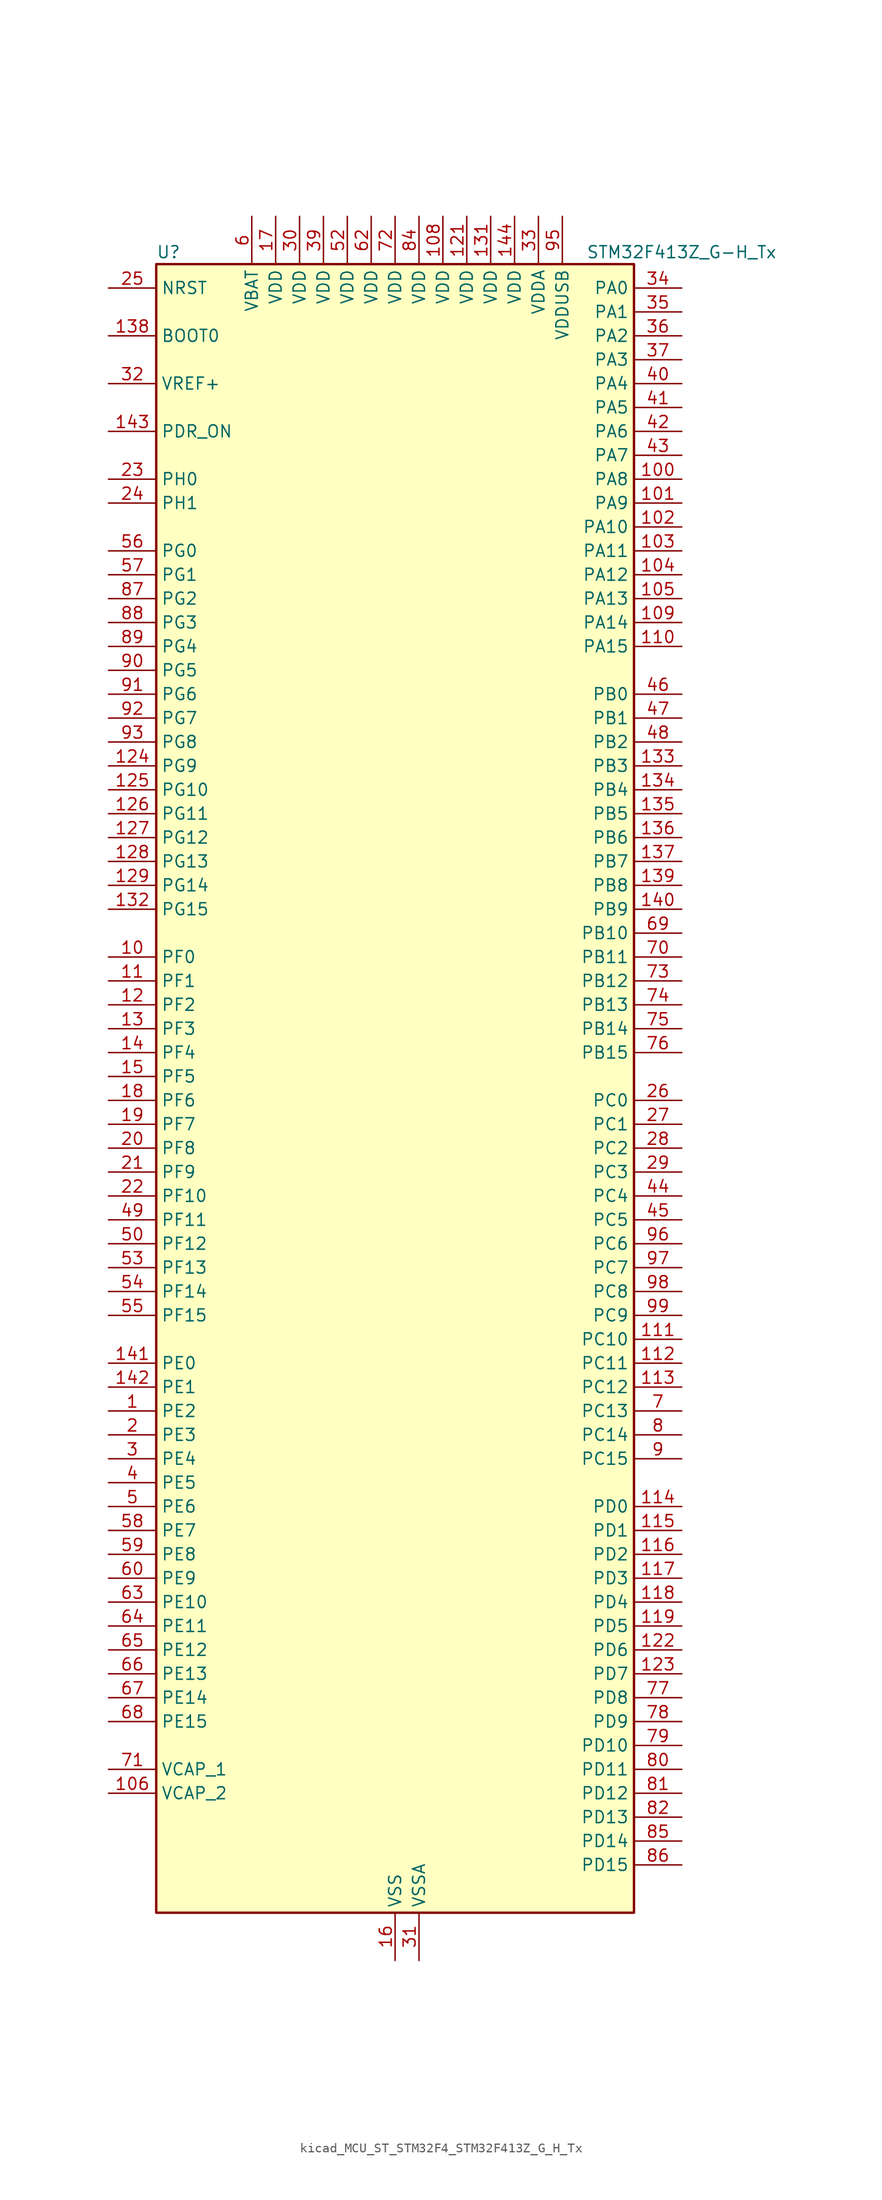
<source format=kicad_sym>
(kicad_symbol_lib
  (version 20220914)
  (generator kicad_symbol_editor)
  (symbol "kicad_MCU_ST_STM32F4_STM32F413Z_G_H_Tx"
    (property "Reference" "U"
      (at -25.4 90.17 0)
      (effects (font (size 1.27 1.27)) (justify left)))
    (property "Value" "STM32F413Z_G-H_Tx"
      (at 20.32 90.17 0)
      (effects (font (size 1.27 1.27)) (justify left)))
    (property "ki_locked" ""
      (at 0 0 0)
      (effects (font (size 1.27 1.27))))
    (symbol "kicad_MCU_ST_STM32F4_STM32F413Z_G_H_Tx_0_1"
      (rectangle (start -25.4 -86.36) (end 25.4 88.9) (stroke (width 0.254) (type default)) (fill (type background))))
    (symbol "kicad_MCU_ST_STM32F4_STM32F413Z_G_H_Tx_1_1"
      (pin bidirectional line (at -30.48 -33.02 0) (length 5.08) (name "PE2" (effects (font (size 1.27 1.27)))) (number "1" (effects (font (size 1.27 1.27)))) (alternate "FSMC_A23" bidirectional line) (alternate "I2S4_CK" bidirectional line) (alternate "I2S5_CK" bidirectional line) (alternate "QUADSPI_BK1_IO2" bidirectional line) (alternate "SAI1_MCLK_A" bidirectional line) (alternate "SPI4_SCK" bidirectional line) (alternate "SPI5_SCK" bidirectional line) (alternate "SYS_TRACECLK" bidirectional line) (alternate "UART10_RX" bidirectional line))
      (pin bidirectional line (at -30.48 15.24 0) (length 5.08) (name "PF0" (effects (font (size 1.27 1.27)))) (number "10" (effects (font (size 1.27 1.27)))) (alternate "FSMC_A0" bidirectional line) (alternate "I2C2_SDA" bidirectional line))
      (pin bidirectional line (at 30.48 66.04 180) (length 5.08) (name "PA8" (effects (font (size 1.27 1.27)))) (number "100" (effects (font (size 1.27 1.27)))) (alternate "CAN3_RX" bidirectional line) (alternate "DFSDM1_CKOUT" bidirectional line) (alternate "I2C3_SCL" bidirectional line) (alternate "RCC_MCO_1" bidirectional line) (alternate "SDIO_D1" bidirectional line) (alternate "TIM1_CH1" bidirectional line) (alternate "UART7_RX" bidirectional line) (alternate "USART1_CK" bidirectional line) (alternate "USB_OTG_FS_SOF" bidirectional line))
      (pin bidirectional line (at 30.48 63.5 180) (length 5.08) (name "PA9" (effects (font (size 1.27 1.27)))) (number "101" (effects (font (size 1.27 1.27)))) (alternate "DAC_EXTI9" bidirectional line) (alternate "DFSDM2_CKIN3" bidirectional line) (alternate "I2C3_SMBA" bidirectional line) (alternate "I2S2_CK" bidirectional line) (alternate "SDIO_D2" bidirectional line) (alternate "SPI2_SCK" bidirectional line) (alternate "TIM1_CH2" bidirectional line) (alternate "USART1_TX" bidirectional line) (alternate "USB_OTG_FS_VBUS" bidirectional line))
      (pin bidirectional line (at 30.48 60.96 180) (length 5.08) (name "PA10" (effects (font (size 1.27 1.27)))) (number "102" (effects (font (size 1.27 1.27)))) (alternate "DFSDM2_DATIN3" bidirectional line) (alternate "I2S2_SD" bidirectional line) (alternate "I2S5_SD" bidirectional line) (alternate "SPI2_MOSI" bidirectional line) (alternate "SPI5_MOSI" bidirectional line) (alternate "TIM1_CH3" bidirectional line) (alternate "USART1_RX" bidirectional line) (alternate "USB_OTG_FS_ID" bidirectional line))
      (pin bidirectional line (at 30.48 58.42 180) (length 5.08) (name "PA11" (effects (font (size 1.27 1.27)))) (number "103" (effects (font (size 1.27 1.27)))) (alternate "ADC1_EXTI11" bidirectional line) (alternate "CAN1_RX" bidirectional line) (alternate "DFSDM2_CKIN5" bidirectional line) (alternate "I2S2_WS" bidirectional line) (alternate "SPI2_NSS" bidirectional line) (alternate "SPI4_MISO" bidirectional line) (alternate "TIM1_CH4" bidirectional line) (alternate "UART4_RX" bidirectional line) (alternate "USART1_CTS" bidirectional line) (alternate "USART6_TX" bidirectional line) (alternate "USB_OTG_FS_DM" bidirectional line))
      (pin bidirectional line (at 30.48 55.88 180) (length 5.08) (name "PA12" (effects (font (size 1.27 1.27)))) (number "104" (effects (font (size 1.27 1.27)))) (alternate "CAN1_TX" bidirectional line) (alternate "DFSDM2_DATIN5" bidirectional line) (alternate "SPI2_MISO" bidirectional line) (alternate "SPI5_MISO" bidirectional line) (alternate "TIM1_ETR" bidirectional line) (alternate "UART4_TX" bidirectional line) (alternate "USART1_RTS" bidirectional line) (alternate "USART6_RX" bidirectional line) (alternate "USB_OTG_FS_DP" bidirectional line))
      (pin bidirectional line (at 30.48 53.34 180) (length 5.08) (name "PA13" (effects (font (size 1.27 1.27)))) (number "105" (effects (font (size 1.27 1.27)))) (alternate "SYS_JTMS-SWDIO" bidirectional line))
      (pin power_out line (at -30.48 -73.66 0) (length 5.08) (name "VCAP_2" (effects (font (size 1.27 1.27)))) (number "106" (effects (font (size 1.27 1.27)))))
      (pin passive line (at 0 -91.44 90) (length 5.08) hide (name "VSS" (effects (font (size 1.27 1.27)))) (number "107" (effects (font (size 1.27 1.27)))))
      (pin power_in line (at 5.08 93.98 270) (length 5.08) (name "VDD" (effects (font (size 1.27 1.27)))) (number "108" (effects (font (size 1.27 1.27)))))
      (pin bidirectional line (at 30.48 50.8 180) (length 5.08) (name "PA14" (effects (font (size 1.27 1.27)))) (number "109" (effects (font (size 1.27 1.27)))) (alternate "SYS_JTCK-SWCLK" bidirectional line))
      (pin bidirectional line (at -30.48 12.7 0) (length 5.08) (name "PF1" (effects (font (size 1.27 1.27)))) (number "11" (effects (font (size 1.27 1.27)))) (alternate "FSMC_A1" bidirectional line) (alternate "I2C2_SCL" bidirectional line))
      (pin bidirectional line (at 30.48 48.26 180) (length 5.08) (name "PA15" (effects (font (size 1.27 1.27)))) (number "110" (effects (font (size 1.27 1.27)))) (alternate "ADC1_EXTI15" bidirectional line) (alternate "CAN3_TX" bidirectional line) (alternate "I2S1_WS" bidirectional line) (alternate "I2S3_WS" bidirectional line) (alternate "SAI1_MCLK_A" bidirectional line) (alternate "SPI1_NSS" bidirectional line) (alternate "SPI3_NSS" bidirectional line) (alternate "SYS_JTDI" bidirectional line) (alternate "TIM2_CH1" bidirectional line) (alternate "TIM2_ETR" bidirectional line) (alternate "UART7_TX" bidirectional line) (alternate "USART1_TX" bidirectional line))
      (pin bidirectional line (at 30.48 -25.4 180) (length 5.08) (name "PC10" (effects (font (size 1.27 1.27)))) (number "111" (effects (font (size 1.27 1.27)))) (alternate "DFSDM2_CKIN5" bidirectional line) (alternate "I2S3_CK" bidirectional line) (alternate "QUADSPI_BK1_IO1" bidirectional line) (alternate "SDIO_D2" bidirectional line) (alternate "SPI3_SCK" bidirectional line) (alternate "USART3_TX" bidirectional line))
      (pin bidirectional line (at 30.48 -27.94 180) (length 5.08) (name "PC11" (effects (font (size 1.27 1.27)))) (number "112" (effects (font (size 1.27 1.27)))) (alternate "ADC1_EXTI11" bidirectional line) (alternate "DFSDM2_DATIN5" bidirectional line) (alternate "FSMC_D2" bidirectional line) (alternate "FSMC_DA2" bidirectional line) (alternate "I2S3_ext_SD" bidirectional line) (alternate "QUADSPI_BK2_NCS" bidirectional line) (alternate "SDIO_D3" bidirectional line) (alternate "SPI3_MISO" bidirectional line) (alternate "UART4_RX" bidirectional line) (alternate "USART3_RX" bidirectional line))
      (pin bidirectional line (at 30.48 -30.48 180) (length 5.08) (name "PC12" (effects (font (size 1.27 1.27)))) (number "113" (effects (font (size 1.27 1.27)))) (alternate "FSMC_D3" bidirectional line) (alternate "FSMC_DA3" bidirectional line) (alternate "I2S3_SD" bidirectional line) (alternate "SDIO_CK" bidirectional line) (alternate "SPI3_MOSI" bidirectional line) (alternate "UART5_TX" bidirectional line) (alternate "USART3_CK" bidirectional line))
      (pin bidirectional line (at 30.48 -43.18 180) (length 5.08) (name "PD0" (effects (font (size 1.27 1.27)))) (number "114" (effects (font (size 1.27 1.27)))) (alternate "CAN1_RX" bidirectional line) (alternate "DFSDM2_CKIN6" bidirectional line) (alternate "FSMC_D2" bidirectional line) (alternate "FSMC_DA2" bidirectional line) (alternate "UART4_RX" bidirectional line))
      (pin bidirectional line (at 30.48 -45.72 180) (length 5.08) (name "PD1" (effects (font (size 1.27 1.27)))) (number "115" (effects (font (size 1.27 1.27)))) (alternate "CAN1_TX" bidirectional line) (alternate "DFSDM2_DATIN6" bidirectional line) (alternate "FSMC_D3" bidirectional line) (alternate "FSMC_DA3" bidirectional line) (alternate "UART4_TX" bidirectional line))
      (pin bidirectional line (at 30.48 -48.26 180) (length 5.08) (name "PD2" (effects (font (size 1.27 1.27)))) (number "116" (effects (font (size 1.27 1.27)))) (alternate "DFSDM2_CKOUT" bidirectional line) (alternate "FSMC_NWE" bidirectional line) (alternate "SDIO_CMD" bidirectional line) (alternate "TIM3_ETR" bidirectional line) (alternate "UART5_RX" bidirectional line))
      (pin bidirectional line (at 30.48 -50.8 180) (length 5.08) (name "PD3" (effects (font (size 1.27 1.27)))) (number "117" (effects (font (size 1.27 1.27)))) (alternate "DFSDM1_DATIN0" bidirectional line) (alternate "FSMC_CLK" bidirectional line) (alternate "I2S2_CK" bidirectional line) (alternate "QUADSPI_CLK" bidirectional line) (alternate "SPI2_SCK" bidirectional line) (alternate "SYS_TRACED1" bidirectional line) (alternate "USART2_CTS" bidirectional line))
      (pin bidirectional line (at 30.48 -53.34 180) (length 5.08) (name "PD4" (effects (font (size 1.27 1.27)))) (number "118" (effects (font (size 1.27 1.27)))) (alternate "DFSDM1_CKIN0" bidirectional line) (alternate "FSMC_NOE" bidirectional line) (alternate "USART2_RTS" bidirectional line))
      (pin bidirectional line (at 30.48 -55.88 180) (length 5.08) (name "PD5" (effects (font (size 1.27 1.27)))) (number "119" (effects (font (size 1.27 1.27)))) (alternate "DFSDM2_CKOUT" bidirectional line) (alternate "FSMC_NWE" bidirectional line) (alternate "USART2_TX" bidirectional line))
      (pin bidirectional line (at -30.48 10.16 0) (length 5.08) (name "PF2" (effects (font (size 1.27 1.27)))) (number "12" (effects (font (size 1.27 1.27)))) (alternate "FSMC_A2" bidirectional line) (alternate "I2C2_SMBA" bidirectional line))
      (pin passive line (at 0 -91.44 90) (length 5.08) hide (name "VSS" (effects (font (size 1.27 1.27)))) (number "120" (effects (font (size 1.27 1.27)))))
      (pin power_in line (at 7.62 93.98 270) (length 5.08) (name "VDD" (effects (font (size 1.27 1.27)))) (number "121" (effects (font (size 1.27 1.27)))))
      (pin bidirectional line (at 30.48 -58.42 180) (length 5.08) (name "PD6" (effects (font (size 1.27 1.27)))) (number "122" (effects (font (size 1.27 1.27)))) (alternate "DFSDM1_DATIN1" bidirectional line) (alternate "FSMC_NWAIT" bidirectional line) (alternate "I2S3_SD" bidirectional line) (alternate "SPI3_MOSI" bidirectional line) (alternate "USART2_RX" bidirectional line))
      (pin bidirectional line (at 30.48 -60.96 180) (length 5.08) (name "PD7" (effects (font (size 1.27 1.27)))) (number "123" (effects (font (size 1.27 1.27)))) (alternate "DFSDM1_CKIN1" bidirectional line) (alternate "FSMC_NE1" bidirectional line) (alternate "USART2_CK" bidirectional line))
      (pin bidirectional line (at -30.48 35.56 0) (length 5.08) (name "PG9" (effects (font (size 1.27 1.27)))) (number "124" (effects (font (size 1.27 1.27)))) (alternate "DAC_EXTI9" bidirectional line) (alternate "FSMC_NE2" bidirectional line) (alternate "QUADSPI_BK2_IO2" bidirectional line) (alternate "USART6_RX" bidirectional line))
      (pin bidirectional line (at -30.48 33.02 0) (length 5.08) (name "PG10" (effects (font (size 1.27 1.27)))) (number "125" (effects (font (size 1.27 1.27)))) (alternate "FSMC_NE3" bidirectional line))
      (pin bidirectional line (at -30.48 30.48 0) (length 5.08) (name "PG11" (effects (font (size 1.27 1.27)))) (number "126" (effects (font (size 1.27 1.27)))) (alternate "ADC1_EXTI11" bidirectional line) (alternate "CAN2_RX" bidirectional line) (alternate "UART10_RX" bidirectional line))
      (pin bidirectional line (at -30.48 27.94 0) (length 5.08) (name "PG12" (effects (font (size 1.27 1.27)))) (number "127" (effects (font (size 1.27 1.27)))) (alternate "CAN2_TX" bidirectional line) (alternate "FSMC_NE4" bidirectional line) (alternate "UART10_TX" bidirectional line) (alternate "USART6_RTS" bidirectional line))
      (pin bidirectional line (at -30.48 25.4 0) (length 5.08) (name "PG13" (effects (font (size 1.27 1.27)))) (number "128" (effects (font (size 1.27 1.27)))) (alternate "FSMC_A24" bidirectional line) (alternate "SYS_TRACED2" bidirectional line) (alternate "USART6_CTS" bidirectional line))
      (pin bidirectional line (at -30.48 22.86 0) (length 5.08) (name "PG14" (effects (font (size 1.27 1.27)))) (number "129" (effects (font (size 1.27 1.27)))) (alternate "FSMC_A25" bidirectional line) (alternate "QUADSPI_BK2_IO3" bidirectional line) (alternate "SYS_TRACED3" bidirectional line) (alternate "USART6_TX" bidirectional line))
      (pin bidirectional line (at -30.48 7.62 0) (length 5.08) (name "PF3" (effects (font (size 1.27 1.27)))) (number "13" (effects (font (size 1.27 1.27)))) (alternate "FSMC_A3" bidirectional line) (alternate "TIM5_CH1" bidirectional line))
      (pin passive line (at 0 -91.44 90) (length 5.08) hide (name "VSS" (effects (font (size 1.27 1.27)))) (number "130" (effects (font (size 1.27 1.27)))))
      (pin power_in line (at 10.16 93.98 270) (length 5.08) (name "VDD" (effects (font (size 1.27 1.27)))) (number "131" (effects (font (size 1.27 1.27)))))
      (pin bidirectional line (at -30.48 20.32 0) (length 5.08) (name "PG15" (effects (font (size 1.27 1.27)))) (number "132" (effects (font (size 1.27 1.27)))) (alternate "ADC1_EXTI15" bidirectional line) (alternate "USART6_CTS" bidirectional line))
      (pin bidirectional line (at 30.48 35.56 180) (length 5.08) (name "PB3" (effects (font (size 1.27 1.27)))) (number "133" (effects (font (size 1.27 1.27)))) (alternate "CAN3_RX" bidirectional line) (alternate "FMPI2C1_SDA" bidirectional line) (alternate "I2C2_SDA" bidirectional line) (alternate "I2S1_CK" bidirectional line) (alternate "I2S3_CK" bidirectional line) (alternate "SAI1_SD_A" bidirectional line) (alternate "SPI1_SCK" bidirectional line) (alternate "SPI3_SCK" bidirectional line) (alternate "SYS_JTDO-SWO" bidirectional line) (alternate "TIM2_CH2" bidirectional line) (alternate "UART7_RX" bidirectional line) (alternate "USART1_RX" bidirectional line))
      (pin bidirectional line (at 30.48 33.02 180) (length 5.08) (name "PB4" (effects (font (size 1.27 1.27)))) (number "134" (effects (font (size 1.27 1.27)))) (alternate "CAN3_TX" bidirectional line) (alternate "I2C3_SDA" bidirectional line) (alternate "I2S3_ext_SD" bidirectional line) (alternate "SAI1_SCK_A" bidirectional line) (alternate "SDIO_D0" bidirectional line) (alternate "SPI1_MISO" bidirectional line) (alternate "SPI3_MISO" bidirectional line) (alternate "SYS_JTRST" bidirectional line) (alternate "TIM3_CH1" bidirectional line) (alternate "UART7_TX" bidirectional line))
      (pin bidirectional line (at 30.48 30.48 180) (length 5.08) (name "PB5" (effects (font (size 1.27 1.27)))) (number "135" (effects (font (size 1.27 1.27)))) (alternate "CAN2_RX" bidirectional line) (alternate "I2C1_SMBA" bidirectional line) (alternate "I2S1_SD" bidirectional line) (alternate "I2S3_SD" bidirectional line) (alternate "LPTIM1_IN1" bidirectional line) (alternate "SAI1_FS_A" bidirectional line) (alternate "SDIO_D3" bidirectional line) (alternate "SPI1_MOSI" bidirectional line) (alternate "SPI3_MOSI" bidirectional line) (alternate "TIM3_CH2" bidirectional line) (alternate "UART5_RX" bidirectional line))
      (pin bidirectional line (at 30.48 27.94 180) (length 5.08) (name "PB6" (effects (font (size 1.27 1.27)))) (number "136" (effects (font (size 1.27 1.27)))) (alternate "CAN2_TX" bidirectional line) (alternate "DFSDM2_CKIN7" bidirectional line) (alternate "I2C1_SCL" bidirectional line) (alternate "LPTIM1_ETR" bidirectional line) (alternate "QUADSPI_BK1_NCS" bidirectional line) (alternate "SDIO_D0" bidirectional line) (alternate "TIM4_CH1" bidirectional line) (alternate "UART5_TX" bidirectional line) (alternate "USART1_TX" bidirectional line))
      (pin bidirectional line (at 30.48 25.4 180) (length 5.08) (name "PB7" (effects (font (size 1.27 1.27)))) (number "137" (effects (font (size 1.27 1.27)))) (alternate "DFSDM2_DATIN7" bidirectional line) (alternate "FSMC_NL" bidirectional line) (alternate "I2C1_SDA" bidirectional line) (alternate "LPTIM1_IN2" bidirectional line) (alternate "TIM4_CH2" bidirectional line) (alternate "USART1_RX" bidirectional line))
      (pin input line (at -30.48 81.28 0) (length 5.08) (name "BOOT0" (effects (font (size 1.27 1.27)))) (number "138" (effects (font (size 1.27 1.27)))))
      (pin bidirectional line (at 30.48 22.86 180) (length 5.08) (name "PB8" (effects (font (size 1.27 1.27)))) (number "139" (effects (font (size 1.27 1.27)))) (alternate "CAN1_RX" bidirectional line) (alternate "DFSDM2_CKIN1" bidirectional line) (alternate "I2C1_SCL" bidirectional line) (alternate "I2C3_SDA" bidirectional line) (alternate "I2S5_SD" bidirectional line) (alternate "LPTIM1_OUT" bidirectional line) (alternate "SDIO_D4" bidirectional line) (alternate "SPI5_MOSI" bidirectional line) (alternate "TIM10_CH1" bidirectional line) (alternate "TIM4_CH3" bidirectional line) (alternate "UART5_RX" bidirectional line))
      (pin bidirectional line (at -30.48 5.08 0) (length 5.08) (name "PF4" (effects (font (size 1.27 1.27)))) (number "14" (effects (font (size 1.27 1.27)))) (alternate "FSMC_A4" bidirectional line) (alternate "TIM5_CH2" bidirectional line))
      (pin bidirectional line (at 30.48 20.32 180) (length 5.08) (name "PB9" (effects (font (size 1.27 1.27)))) (number "140" (effects (font (size 1.27 1.27)))) (alternate "CAN1_TX" bidirectional line) (alternate "DAC_EXTI9" bidirectional line) (alternate "DFSDM2_DATIN1" bidirectional line) (alternate "I2C1_SDA" bidirectional line) (alternate "I2C2_SDA" bidirectional line) (alternate "I2S2_WS" bidirectional line) (alternate "SDIO_D5" bidirectional line) (alternate "SPI2_NSS" bidirectional line) (alternate "TIM11_CH1" bidirectional line) (alternate "TIM4_CH4" bidirectional line) (alternate "UART5_TX" bidirectional line))
      (pin bidirectional line (at -30.48 -27.94 0) (length 5.08) (name "PE0" (effects (font (size 1.27 1.27)))) (number "141" (effects (font (size 1.27 1.27)))) (alternate "DFSDM2_CKIN4" bidirectional line) (alternate "FSMC_NBL0" bidirectional line) (alternate "TIM4_ETR" bidirectional line) (alternate "UART8_RX" bidirectional line))
      (pin bidirectional line (at -30.48 -30.48 0) (length 5.08) (name "PE1" (effects (font (size 1.27 1.27)))) (number "142" (effects (font (size 1.27 1.27)))) (alternate "DFSDM2_DATIN4" bidirectional line) (alternate "FSMC_NBL1" bidirectional line) (alternate "UART8_TX" bidirectional line))
      (pin input line (at -30.48 71.12 0) (length 5.08) (name "PDR_ON" (effects (font (size 1.27 1.27)))) (number "143" (effects (font (size 1.27 1.27)))))
      (pin power_in line (at 12.7 93.98 270) (length 5.08) (name "VDD" (effects (font (size 1.27 1.27)))) (number "144" (effects (font (size 1.27 1.27)))))
      (pin bidirectional line (at -30.48 2.54 0) (length 5.08) (name "PF5" (effects (font (size 1.27 1.27)))) (number "15" (effects (font (size 1.27 1.27)))) (alternate "FSMC_A5" bidirectional line) (alternate "TIM5_CH3" bidirectional line))
      (pin power_in line (at 0 -91.44 90) (length 5.08) (name "VSS" (effects (font (size 1.27 1.27)))) (number "16" (effects (font (size 1.27 1.27)))))
      (pin power_in line (at -12.7 93.98 270) (length 5.08) (name "VDD" (effects (font (size 1.27 1.27)))) (number "17" (effects (font (size 1.27 1.27)))))
      (pin bidirectional line (at -30.48 0 0) (length 5.08) (name "PF6" (effects (font (size 1.27 1.27)))) (number "18" (effects (font (size 1.27 1.27)))) (alternate "QUADSPI_BK1_IO3" bidirectional line) (alternate "SAI1_SD_B" bidirectional line) (alternate "SYS_TRACED0" bidirectional line) (alternate "TIM10_CH1" bidirectional line) (alternate "UART7_RX" bidirectional line))
      (pin bidirectional line (at -30.48 -2.54 0) (length 5.08) (name "PF7" (effects (font (size 1.27 1.27)))) (number "19" (effects (font (size 1.27 1.27)))) (alternate "QUADSPI_BK1_IO2" bidirectional line) (alternate "SAI1_MCLK_B" bidirectional line) (alternate "SYS_TRACED1" bidirectional line) (alternate "TIM11_CH1" bidirectional line) (alternate "UART7_TX" bidirectional line))
      (pin bidirectional line (at -30.48 -35.56 0) (length 5.08) (name "PE3" (effects (font (size 1.27 1.27)))) (number "2" (effects (font (size 1.27 1.27)))) (alternate "FSMC_A19" bidirectional line) (alternate "SAI1_SD_B" bidirectional line) (alternate "SYS_TRACED0" bidirectional line) (alternate "UART10_TX" bidirectional line))
      (pin bidirectional line (at -30.48 -5.08 0) (length 5.08) (name "PF8" (effects (font (size 1.27 1.27)))) (number "20" (effects (font (size 1.27 1.27)))) (alternate "QUADSPI_BK1_IO0" bidirectional line) (alternate "SAI1_SCK_B" bidirectional line) (alternate "TIM13_CH1" bidirectional line) (alternate "UART8_RX" bidirectional line))
      (pin bidirectional line (at -30.48 -7.62 0) (length 5.08) (name "PF9" (effects (font (size 1.27 1.27)))) (number "21" (effects (font (size 1.27 1.27)))) (alternate "DAC_EXTI9" bidirectional line) (alternate "QUADSPI_BK1_IO1" bidirectional line) (alternate "SAI1_FS_B" bidirectional line) (alternate "TIM14_CH1" bidirectional line) (alternate "UART8_TX" bidirectional line))
      (pin bidirectional line (at -30.48 -10.16 0) (length 5.08) (name "PF10" (effects (font (size 1.27 1.27)))) (number "22" (effects (font (size 1.27 1.27)))) (alternate "TIM1_ETR" bidirectional line) (alternate "TIM5_CH4" bidirectional line))
      (pin bidirectional line (at -30.48 66.04 0) (length 5.08) (name "PH0" (effects (font (size 1.27 1.27)))) (number "23" (effects (font (size 1.27 1.27)))) (alternate "RCC_OSC_IN" bidirectional line))
      (pin bidirectional line (at -30.48 63.5 0) (length 5.08) (name "PH1" (effects (font (size 1.27 1.27)))) (number "24" (effects (font (size 1.27 1.27)))) (alternate "RCC_OSC_OUT" bidirectional line))
      (pin input line (at -30.48 86.36 0) (length 5.08) (name "NRST" (effects (font (size 1.27 1.27)))) (number "25" (effects (font (size 1.27 1.27)))))
      (pin bidirectional line (at 30.48 0 180) (length 5.08) (name "PC0" (effects (font (size 1.27 1.27)))) (number "26" (effects (font (size 1.27 1.27)))) (alternate "ADC1_IN10" bidirectional line) (alternate "DFSDM2_CKIN4" bidirectional line) (alternate "LPTIM1_IN1" bidirectional line) (alternate "SAI1_MCLK_B" bidirectional line) (alternate "SYS_WKUP2" bidirectional line))
      (pin bidirectional line (at 30.48 -2.54 180) (length 5.08) (name "PC1" (effects (font (size 1.27 1.27)))) (number "27" (effects (font (size 1.27 1.27)))) (alternate "ADC1_IN11" bidirectional line) (alternate "DFSDM2_DATIN4" bidirectional line) (alternate "LPTIM1_OUT" bidirectional line) (alternate "SAI1_SD_B" bidirectional line) (alternate "SYS_WKUP3" bidirectional line))
      (pin bidirectional line (at 30.48 -5.08 180) (length 5.08) (name "PC2" (effects (font (size 1.27 1.27)))) (number "28" (effects (font (size 1.27 1.27)))) (alternate "ADC1_IN12" bidirectional line) (alternate "DFSDM1_CKOUT" bidirectional line) (alternate "DFSDM2_DATIN7" bidirectional line) (alternate "FSMC_NWE" bidirectional line) (alternate "I2S2_ext_SD" bidirectional line) (alternate "LPTIM1_IN2" bidirectional line) (alternate "SAI1_SCK_B" bidirectional line) (alternate "SPI2_MISO" bidirectional line))
      (pin bidirectional line (at 30.48 -7.62 180) (length 5.08) (name "PC3" (effects (font (size 1.27 1.27)))) (number "29" (effects (font (size 1.27 1.27)))) (alternate "ADC1_IN13" bidirectional line) (alternate "DFSDM2_CKIN7" bidirectional line) (alternate "FSMC_A0" bidirectional line) (alternate "I2S2_SD" bidirectional line) (alternate "LPTIM1_ETR" bidirectional line) (alternate "SAI1_FS_B" bidirectional line) (alternate "SPI2_MOSI" bidirectional line))
      (pin bidirectional line (at -30.48 -38.1 0) (length 5.08) (name "PE4" (effects (font (size 1.27 1.27)))) (number "3" (effects (font (size 1.27 1.27)))) (alternate "DFSDM1_DATIN3" bidirectional line) (alternate "FSMC_A20" bidirectional line) (alternate "I2S4_WS" bidirectional line) (alternate "I2S5_WS" bidirectional line) (alternate "SAI1_SD_A" bidirectional line) (alternate "SPI4_NSS" bidirectional line) (alternate "SPI5_NSS" bidirectional line) (alternate "SYS_TRACED1" bidirectional line))
      (pin power_in line (at -10.16 93.98 270) (length 5.08) (name "VDD" (effects (font (size 1.27 1.27)))) (number "30" (effects (font (size 1.27 1.27)))))
      (pin power_in line (at 2.54 -91.44 90) (length 5.08) (name "VSSA" (effects (font (size 1.27 1.27)))) (number "31" (effects (font (size 1.27 1.27)))))
      (pin input line (at -30.48 76.2 0) (length 5.08) (name "VREF+" (effects (font (size 1.27 1.27)))) (number "32" (effects (font (size 1.27 1.27)))))
      (pin power_in line (at 15.24 93.98 270) (length 5.08) (name "VDDA" (effects (font (size 1.27 1.27)))) (number "33" (effects (font (size 1.27 1.27)))))
      (pin bidirectional line (at 30.48 86.36 180) (length 5.08) (name "PA0" (effects (font (size 1.27 1.27)))) (number "34" (effects (font (size 1.27 1.27)))) (alternate "ADC1_IN0" bidirectional line) (alternate "SYS_WKUP1" bidirectional line) (alternate "TIM2_CH1" bidirectional line) (alternate "TIM2_ETR" bidirectional line) (alternate "TIM5_CH1" bidirectional line) (alternate "TIM8_ETR" bidirectional line) (alternate "UART4_TX" bidirectional line) (alternate "USART2_CTS" bidirectional line))
      (pin bidirectional line (at 30.48 83.82 180) (length 5.08) (name "PA1" (effects (font (size 1.27 1.27)))) (number "35" (effects (font (size 1.27 1.27)))) (alternate "ADC1_IN1" bidirectional line) (alternate "I2S4_SD" bidirectional line) (alternate "QUADSPI_BK1_IO3" bidirectional line) (alternate "SPI4_MOSI" bidirectional line) (alternate "TIM2_CH2" bidirectional line) (alternate "TIM5_CH2" bidirectional line) (alternate "UART4_RX" bidirectional line) (alternate "USART2_RTS" bidirectional line))
      (pin bidirectional line (at 30.48 81.28 180) (length 5.08) (name "PA2" (effects (font (size 1.27 1.27)))) (number "36" (effects (font (size 1.27 1.27)))) (alternate "ADC1_IN2" bidirectional line) (alternate "FSMC_D4" bidirectional line) (alternate "FSMC_DA4" bidirectional line) (alternate "I2S_CKIN" bidirectional line) (alternate "TIM2_CH3" bidirectional line) (alternate "TIM5_CH3" bidirectional line) (alternate "TIM9_CH1" bidirectional line) (alternate "USART2_TX" bidirectional line))
      (pin bidirectional line (at 30.48 78.74 180) (length 5.08) (name "PA3" (effects (font (size 1.27 1.27)))) (number "37" (effects (font (size 1.27 1.27)))) (alternate "ADC1_IN3" bidirectional line) (alternate "FSMC_D5" bidirectional line) (alternate "FSMC_DA5" bidirectional line) (alternate "I2S2_MCK" bidirectional line) (alternate "SAI1_SD_B" bidirectional line) (alternate "TIM2_CH4" bidirectional line) (alternate "TIM5_CH4" bidirectional line) (alternate "TIM9_CH2" bidirectional line) (alternate "USART2_RX" bidirectional line))
      (pin passive line (at 0 -91.44 90) (length 5.08) hide (name "VSS" (effects (font (size 1.27 1.27)))) (number "38" (effects (font (size 1.27 1.27)))))
      (pin power_in line (at -7.62 93.98 270) (length 5.08) (name "VDD" (effects (font (size 1.27 1.27)))) (number "39" (effects (font (size 1.27 1.27)))))
      (pin bidirectional line (at -30.48 -40.64 0) (length 5.08) (name "PE5" (effects (font (size 1.27 1.27)))) (number "4" (effects (font (size 1.27 1.27)))) (alternate "DFSDM1_CKIN3" bidirectional line) (alternate "FSMC_A21" bidirectional line) (alternate "SAI1_SCK_A" bidirectional line) (alternate "SPI4_MISO" bidirectional line) (alternate "SPI5_MISO" bidirectional line) (alternate "SYS_TRACED2" bidirectional line) (alternate "TIM9_CH1" bidirectional line))
      (pin bidirectional line (at 30.48 76.2 180) (length 5.08) (name "PA4" (effects (font (size 1.27 1.27)))) (number "40" (effects (font (size 1.27 1.27)))) (alternate "ADC1_IN4" bidirectional line) (alternate "DAC_OUT1" bidirectional line) (alternate "DFSDM1_DATIN1" bidirectional line) (alternate "FSMC_D6" bidirectional line) (alternate "FSMC_DA6" bidirectional line) (alternate "I2S1_WS" bidirectional line) (alternate "I2S3_WS" bidirectional line) (alternate "SPI1_NSS" bidirectional line) (alternate "SPI3_NSS" bidirectional line) (alternate "USART2_CK" bidirectional line))
      (pin bidirectional line (at 30.48 73.66 180) (length 5.08) (name "PA5" (effects (font (size 1.27 1.27)))) (number "41" (effects (font (size 1.27 1.27)))) (alternate "ADC1_IN5" bidirectional line) (alternate "DAC_OUT2" bidirectional line) (alternate "DFSDM1_CKIN1" bidirectional line) (alternate "FSMC_D7" bidirectional line) (alternate "FSMC_DA7" bidirectional line) (alternate "I2S1_CK" bidirectional line) (alternate "SPI1_SCK" bidirectional line) (alternate "TIM2_CH1" bidirectional line) (alternate "TIM2_ETR" bidirectional line) (alternate "TIM8_CH1N" bidirectional line))
      (pin bidirectional line (at 30.48 71.12 180) (length 5.08) (name "PA6" (effects (font (size 1.27 1.27)))) (number "42" (effects (font (size 1.27 1.27)))) (alternate "ADC1_IN6" bidirectional line) (alternate "DFSDM2_CKIN1" bidirectional line) (alternate "I2S2_MCK" bidirectional line) (alternate "QUADSPI_BK2_IO0" bidirectional line) (alternate "SDIO_CMD" bidirectional line) (alternate "SPI1_MISO" bidirectional line) (alternate "TIM13_CH1" bidirectional line) (alternate "TIM1_BKIN" bidirectional line) (alternate "TIM3_CH1" bidirectional line) (alternate "TIM8_BKIN" bidirectional line))
      (pin bidirectional line (at 30.48 68.58 180) (length 5.08) (name "PA7" (effects (font (size 1.27 1.27)))) (number "43" (effects (font (size 1.27 1.27)))) (alternate "ADC1_IN7" bidirectional line) (alternate "DFSDM2_DATIN1" bidirectional line) (alternate "I2S1_SD" bidirectional line) (alternate "QUADSPI_BK2_IO1" bidirectional line) (alternate "SPI1_MOSI" bidirectional line) (alternate "TIM14_CH1" bidirectional line) (alternate "TIM1_CH1N" bidirectional line) (alternate "TIM3_CH2" bidirectional line) (alternate "TIM8_CH1N" bidirectional line))
      (pin bidirectional line (at 30.48 -10.16 180) (length 5.08) (name "PC4" (effects (font (size 1.27 1.27)))) (number "44" (effects (font (size 1.27 1.27)))) (alternate "ADC1_IN14" bidirectional line) (alternate "DFSDM2_CKIN2" bidirectional line) (alternate "FSMC_NE4" bidirectional line) (alternate "I2S1_MCK" bidirectional line) (alternate "QUADSPI_BK2_IO2" bidirectional line))
      (pin bidirectional line (at 30.48 -12.7 180) (length 5.08) (name "PC5" (effects (font (size 1.27 1.27)))) (number "45" (effects (font (size 1.27 1.27)))) (alternate "ADC1_IN15" bidirectional line) (alternate "DFSDM2_DATIN2" bidirectional line) (alternate "FMPI2C1_SMBA" bidirectional line) (alternate "FSMC_NOE" bidirectional line) (alternate "QUADSPI_BK2_IO3" bidirectional line) (alternate "USART3_RX" bidirectional line))
      (pin bidirectional line (at 30.48 43.18 180) (length 5.08) (name "PB0" (effects (font (size 1.27 1.27)))) (number "46" (effects (font (size 1.27 1.27)))) (alternate "ADC1_IN8" bidirectional line) (alternate "I2S5_CK" bidirectional line) (alternate "SPI5_SCK" bidirectional line) (alternate "TIM1_CH2N" bidirectional line) (alternate "TIM3_CH3" bidirectional line) (alternate "TIM8_CH2N" bidirectional line))
      (pin bidirectional line (at 30.48 40.64 180) (length 5.08) (name "PB1" (effects (font (size 1.27 1.27)))) (number "47" (effects (font (size 1.27 1.27)))) (alternate "ADC1_IN9" bidirectional line) (alternate "DFSDM1_DATIN0" bidirectional line) (alternate "I2S5_WS" bidirectional line) (alternate "QUADSPI_CLK" bidirectional line) (alternate "SPI5_NSS" bidirectional line) (alternate "TIM1_CH3N" bidirectional line) (alternate "TIM3_CH4" bidirectional line) (alternate "TIM8_CH3N" bidirectional line))
      (pin bidirectional line (at 30.48 38.1 180) (length 5.08) (name "PB2" (effects (font (size 1.27 1.27)))) (number "48" (effects (font (size 1.27 1.27)))) (alternate "DFSDM1_CKIN0" bidirectional line) (alternate "LPTIM1_OUT" bidirectional line) (alternate "QUADSPI_CLK" bidirectional line))
      (pin bidirectional line (at -30.48 -12.7 0) (length 5.08) (name "PF11" (effects (font (size 1.27 1.27)))) (number "49" (effects (font (size 1.27 1.27)))) (alternate "ADC1_EXTI11" bidirectional line) (alternate "TIM8_ETR" bidirectional line))
      (pin bidirectional line (at -30.48 -43.18 0) (length 5.08) (name "PE6" (effects (font (size 1.27 1.27)))) (number "5" (effects (font (size 1.27 1.27)))) (alternate "FSMC_A22" bidirectional line) (alternate "I2S4_SD" bidirectional line) (alternate "I2S5_SD" bidirectional line) (alternate "SAI1_FS_A" bidirectional line) (alternate "SPI4_MOSI" bidirectional line) (alternate "SPI5_MOSI" bidirectional line) (alternate "SYS_TRACED3" bidirectional line) (alternate "TIM9_CH2" bidirectional line))
      (pin bidirectional line (at -30.48 -15.24 0) (length 5.08) (name "PF12" (effects (font (size 1.27 1.27)))) (number "50" (effects (font (size 1.27 1.27)))) (alternate "FSMC_A6" bidirectional line) (alternate "TIM8_BKIN" bidirectional line))
      (pin passive line (at 0 -91.44 90) (length 5.08) hide (name "VSS" (effects (font (size 1.27 1.27)))) (number "51" (effects (font (size 1.27 1.27)))))
      (pin power_in line (at -5.08 93.98 270) (length 5.08) (name "VDD" (effects (font (size 1.27 1.27)))) (number "52" (effects (font (size 1.27 1.27)))))
      (pin bidirectional line (at -30.48 -17.78 0) (length 5.08) (name "PF13" (effects (font (size 1.27 1.27)))) (number "53" (effects (font (size 1.27 1.27)))) (alternate "FMPI2C1_SMBA" bidirectional line) (alternate "FSMC_A7" bidirectional line))
      (pin bidirectional line (at -30.48 -20.32 0) (length 5.08) (name "PF14" (effects (font (size 1.27 1.27)))) (number "54" (effects (font (size 1.27 1.27)))) (alternate "FMPI2C1_SCL" bidirectional line) (alternate "FSMC_A8" bidirectional line))
      (pin bidirectional line (at -30.48 -22.86 0) (length 5.08) (name "PF15" (effects (font (size 1.27 1.27)))) (number "55" (effects (font (size 1.27 1.27)))) (alternate "ADC1_EXTI15" bidirectional line) (alternate "FMPI2C1_SDA" bidirectional line) (alternate "FSMC_A9" bidirectional line))
      (pin bidirectional line (at -30.48 58.42 0) (length 5.08) (name "PG0" (effects (font (size 1.27 1.27)))) (number "56" (effects (font (size 1.27 1.27)))) (alternate "CAN1_RX" bidirectional line) (alternate "FSMC_A10" bidirectional line) (alternate "UART9_RX" bidirectional line))
      (pin bidirectional line (at -30.48 55.88 0) (length 5.08) (name "PG1" (effects (font (size 1.27 1.27)))) (number "57" (effects (font (size 1.27 1.27)))) (alternate "CAN1_TX" bidirectional line) (alternate "FSMC_A11" bidirectional line) (alternate "UART9_TX" bidirectional line))
      (pin bidirectional line (at -30.48 -45.72 0) (length 5.08) (name "PE7" (effects (font (size 1.27 1.27)))) (number "58" (effects (font (size 1.27 1.27)))) (alternate "DFSDM1_DATIN2" bidirectional line) (alternate "FSMC_D4" bidirectional line) (alternate "FSMC_DA4" bidirectional line) (alternate "QUADSPI_BK2_IO0" bidirectional line) (alternate "TIM1_ETR" bidirectional line) (alternate "UART7_RX" bidirectional line))
      (pin bidirectional line (at -30.48 -48.26 0) (length 5.08) (name "PE8" (effects (font (size 1.27 1.27)))) (number "59" (effects (font (size 1.27 1.27)))) (alternate "DFSDM1_CKIN2" bidirectional line) (alternate "FSMC_D5" bidirectional line) (alternate "FSMC_DA5" bidirectional line) (alternate "QUADSPI_BK2_IO1" bidirectional line) (alternate "TIM1_CH1N" bidirectional line) (alternate "UART7_TX" bidirectional line))
      (pin power_in line (at -15.24 93.98 270) (length 5.08) (name "VBAT" (effects (font (size 1.27 1.27)))) (number "6" (effects (font (size 1.27 1.27)))))
      (pin bidirectional line (at -30.48 -50.8 0) (length 5.08) (name "PE9" (effects (font (size 1.27 1.27)))) (number "60" (effects (font (size 1.27 1.27)))) (alternate "DAC_EXTI9" bidirectional line) (alternate "DFSDM1_CKOUT" bidirectional line) (alternate "FSMC_D6" bidirectional line) (alternate "FSMC_DA6" bidirectional line) (alternate "QUADSPI_BK2_IO2" bidirectional line) (alternate "TIM1_CH1" bidirectional line))
      (pin passive line (at 0 -91.44 90) (length 5.08) hide (name "VSS" (effects (font (size 1.27 1.27)))) (number "61" (effects (font (size 1.27 1.27)))))
      (pin power_in line (at -2.54 93.98 270) (length 5.08) (name "VDD" (effects (font (size 1.27 1.27)))) (number "62" (effects (font (size 1.27 1.27)))))
      (pin bidirectional line (at -30.48 -53.34 0) (length 5.08) (name "PE10" (effects (font (size 1.27 1.27)))) (number "63" (effects (font (size 1.27 1.27)))) (alternate "DFSDM2_DATIN0" bidirectional line) (alternate "FSMC_D7" bidirectional line) (alternate "FSMC_DA7" bidirectional line) (alternate "QUADSPI_BK2_IO3" bidirectional line) (alternate "TIM1_CH2N" bidirectional line))
      (pin bidirectional line (at -30.48 -55.88 0) (length 5.08) (name "PE11" (effects (font (size 1.27 1.27)))) (number "64" (effects (font (size 1.27 1.27)))) (alternate "ADC1_EXTI11" bidirectional line) (alternate "DFSDM2_CKIN0" bidirectional line) (alternate "FSMC_D8" bidirectional line) (alternate "FSMC_DA8" bidirectional line) (alternate "I2S4_WS" bidirectional line) (alternate "I2S5_WS" bidirectional line) (alternate "SPI4_NSS" bidirectional line) (alternate "SPI5_NSS" bidirectional line) (alternate "TIM1_CH2" bidirectional line))
      (pin bidirectional line (at -30.48 -58.42 0) (length 5.08) (name "PE12" (effects (font (size 1.27 1.27)))) (number "65" (effects (font (size 1.27 1.27)))) (alternate "DFSDM2_DATIN7" bidirectional line) (alternate "FSMC_D9" bidirectional line) (alternate "FSMC_DA9" bidirectional line) (alternate "I2S4_CK" bidirectional line) (alternate "I2S5_CK" bidirectional line) (alternate "SPI4_SCK" bidirectional line) (alternate "SPI5_SCK" bidirectional line) (alternate "TIM1_CH3N" bidirectional line))
      (pin bidirectional line (at -30.48 -60.96 0) (length 5.08) (name "PE13" (effects (font (size 1.27 1.27)))) (number "66" (effects (font (size 1.27 1.27)))) (alternate "DFSDM2_CKIN7" bidirectional line) (alternate "FSMC_D10" bidirectional line) (alternate "FSMC_DA10" bidirectional line) (alternate "SPI4_MISO" bidirectional line) (alternate "SPI5_MISO" bidirectional line) (alternate "TIM1_CH3" bidirectional line))
      (pin bidirectional line (at -30.48 -63.5 0) (length 5.08) (name "PE14" (effects (font (size 1.27 1.27)))) (number "67" (effects (font (size 1.27 1.27)))) (alternate "DFSDM2_DATIN1" bidirectional line) (alternate "FSMC_D11" bidirectional line) (alternate "FSMC_DA11" bidirectional line) (alternate "I2S4_SD" bidirectional line) (alternate "I2S5_SD" bidirectional line) (alternate "SPI4_MOSI" bidirectional line) (alternate "SPI5_MOSI" bidirectional line) (alternate "TIM1_CH4" bidirectional line))
      (pin bidirectional line (at -30.48 -66.04 0) (length 5.08) (name "PE15" (effects (font (size 1.27 1.27)))) (number "68" (effects (font (size 1.27 1.27)))) (alternate "ADC1_EXTI15" bidirectional line) (alternate "DFSDM2_CKIN1" bidirectional line) (alternate "FSMC_D12" bidirectional line) (alternate "FSMC_DA12" bidirectional line) (alternate "TIM1_BKIN" bidirectional line))
      (pin bidirectional line (at 30.48 17.78 180) (length 5.08) (name "PB10" (effects (font (size 1.27 1.27)))) (number "69" (effects (font (size 1.27 1.27)))) (alternate "DFSDM2_CKOUT" bidirectional line) (alternate "FMPI2C1_SCL" bidirectional line) (alternate "I2C2_SCL" bidirectional line) (alternate "I2S2_CK" bidirectional line) (alternate "I2S3_MCK" bidirectional line) (alternate "SDIO_D7" bidirectional line) (alternate "SPI2_SCK" bidirectional line) (alternate "TIM2_CH3" bidirectional line) (alternate "USART3_TX" bidirectional line))
      (pin bidirectional line (at 30.48 -33.02 180) (length 5.08) (name "PC13" (effects (font (size 1.27 1.27)))) (number "7" (effects (font (size 1.27 1.27)))) (alternate "RTC_AF1" bidirectional line))
      (pin bidirectional line (at 30.48 15.24 180) (length 5.08) (name "PB11" (effects (font (size 1.27 1.27)))) (number "70" (effects (font (size 1.27 1.27)))) (alternate "ADC1_EXTI11" bidirectional line) (alternate "I2C2_SDA" bidirectional line) (alternate "I2S_CKIN" bidirectional line) (alternate "TIM2_CH4" bidirectional line) (alternate "USART3_RX" bidirectional line))
      (pin power_out line (at -30.48 -71.12 0) (length 5.08) (name "VCAP_1" (effects (font (size 1.27 1.27)))) (number "71" (effects (font (size 1.27 1.27)))))
      (pin power_in line (at 0 93.98 270) (length 5.08) (name "VDD" (effects (font (size 1.27 1.27)))) (number "72" (effects (font (size 1.27 1.27)))))
      (pin bidirectional line (at 30.48 12.7 180) (length 5.08) (name "PB12" (effects (font (size 1.27 1.27)))) (number "73" (effects (font (size 1.27 1.27)))) (alternate "CAN2_RX" bidirectional line) (alternate "DFSDM1_DATIN1" bidirectional line) (alternate "FSMC_D13" bidirectional line) (alternate "FSMC_DA13" bidirectional line) (alternate "I2C2_SMBA" bidirectional line) (alternate "I2S2_WS" bidirectional line) (alternate "I2S3_CK" bidirectional line) (alternate "I2S4_WS" bidirectional line) (alternate "SPI2_NSS" bidirectional line) (alternate "SPI3_SCK" bidirectional line) (alternate "SPI4_NSS" bidirectional line) (alternate "TIM1_BKIN" bidirectional line) (alternate "UART5_RX" bidirectional line) (alternate "USART3_CK" bidirectional line))
      (pin bidirectional line (at 30.48 10.16 180) (length 5.08) (name "PB13" (effects (font (size 1.27 1.27)))) (number "74" (effects (font (size 1.27 1.27)))) (alternate "CAN2_TX" bidirectional line) (alternate "DFSDM1_CKIN1" bidirectional line) (alternate "FMPI2C1_SMBA" bidirectional line) (alternate "I2S2_CK" bidirectional line) (alternate "I2S4_CK" bidirectional line) (alternate "SPI2_SCK" bidirectional line) (alternate "SPI4_SCK" bidirectional line) (alternate "TIM1_CH1N" bidirectional line) (alternate "UART5_TX" bidirectional line) (alternate "USART3_CTS" bidirectional line))
      (pin bidirectional line (at 30.48 7.62 180) (length 5.08) (name "PB14" (effects (font (size 1.27 1.27)))) (number "75" (effects (font (size 1.27 1.27)))) (alternate "DFSDM1_DATIN2" bidirectional line) (alternate "FMPI2C1_SDA" bidirectional line) (alternate "FSMC_D0" bidirectional line) (alternate "FSMC_DA0" bidirectional line) (alternate "I2S2_ext_SD" bidirectional line) (alternate "SDIO_D6" bidirectional line) (alternate "SPI2_MISO" bidirectional line) (alternate "TIM12_CH1" bidirectional line) (alternate "TIM1_CH2N" bidirectional line) (alternate "TIM8_CH2N" bidirectional line) (alternate "USART3_RTS" bidirectional line))
      (pin bidirectional line (at 30.48 5.08 180) (length 5.08) (name "PB15" (effects (font (size 1.27 1.27)))) (number "76" (effects (font (size 1.27 1.27)))) (alternate "ADC1_EXTI15" bidirectional line) (alternate "DFSDM1_CKIN2" bidirectional line) (alternate "FMPI2C1_SCL" bidirectional line) (alternate "I2S2_SD" bidirectional line) (alternate "RTC_REFIN" bidirectional line) (alternate "SDIO_CK" bidirectional line) (alternate "SPI2_MOSI" bidirectional line) (alternate "TIM12_CH2" bidirectional line) (alternate "TIM1_CH3N" bidirectional line) (alternate "TIM8_CH3N" bidirectional line))
      (pin bidirectional line (at 30.48 -63.5 180) (length 5.08) (name "PD8" (effects (font (size 1.27 1.27)))) (number "77" (effects (font (size 1.27 1.27)))) (alternate "FSMC_D13" bidirectional line) (alternate "FSMC_DA13" bidirectional line) (alternate "USART3_TX" bidirectional line))
      (pin bidirectional line (at 30.48 -66.04 180) (length 5.08) (name "PD9" (effects (font (size 1.27 1.27)))) (number "78" (effects (font (size 1.27 1.27)))) (alternate "DAC_EXTI9" bidirectional line) (alternate "FSMC_D14" bidirectional line) (alternate "FSMC_DA14" bidirectional line) (alternate "USART3_RX" bidirectional line))
      (pin bidirectional line (at 30.48 -68.58 180) (length 5.08) (name "PD10" (effects (font (size 1.27 1.27)))) (number "79" (effects (font (size 1.27 1.27)))) (alternate "FSMC_D15" bidirectional line) (alternate "FSMC_DA15" bidirectional line) (alternate "UART4_TX" bidirectional line) (alternate "USART3_CK" bidirectional line))
      (pin bidirectional line (at 30.48 -35.56 180) (length 5.08) (name "PC14" (effects (font (size 1.27 1.27)))) (number "8" (effects (font (size 1.27 1.27)))) (alternate "RCC_OSC32_IN" bidirectional line))
      (pin bidirectional line (at 30.48 -71.12 180) (length 5.08) (name "PD11" (effects (font (size 1.27 1.27)))) (number "80" (effects (font (size 1.27 1.27)))) (alternate "ADC1_EXTI11" bidirectional line) (alternate "DFSDM2_DATIN2" bidirectional line) (alternate "FMPI2C1_SMBA" bidirectional line) (alternate "FSMC_A16" bidirectional line) (alternate "QUADSPI_BK1_IO0" bidirectional line) (alternate "USART3_CTS" bidirectional line))
      (pin bidirectional line (at 30.48 -73.66 180) (length 5.08) (name "PD12" (effects (font (size 1.27 1.27)))) (number "81" (effects (font (size 1.27 1.27)))) (alternate "DFSDM2_CKIN2" bidirectional line) (alternate "FMPI2C1_SCL" bidirectional line) (alternate "FSMC_A17" bidirectional line) (alternate "QUADSPI_BK1_IO1" bidirectional line) (alternate "TIM4_CH1" bidirectional line) (alternate "USART3_RTS" bidirectional line))
      (pin bidirectional line (at 30.48 -76.2 180) (length 5.08) (name "PD13" (effects (font (size 1.27 1.27)))) (number "82" (effects (font (size 1.27 1.27)))) (alternate "FMPI2C1_SDA" bidirectional line) (alternate "FSMC_A18" bidirectional line) (alternate "QUADSPI_BK1_IO3" bidirectional line) (alternate "TIM4_CH2" bidirectional line))
      (pin passive line (at 0 -91.44 90) (length 5.08) hide (name "VSS" (effects (font (size 1.27 1.27)))) (number "83" (effects (font (size 1.27 1.27)))))
      (pin power_in line (at 2.54 93.98 270) (length 5.08) (name "VDD" (effects (font (size 1.27 1.27)))) (number "84" (effects (font (size 1.27 1.27)))))
      (pin bidirectional line (at 30.48 -78.74 180) (length 5.08) (name "PD14" (effects (font (size 1.27 1.27)))) (number "85" (effects (font (size 1.27 1.27)))) (alternate "DFSDM2_CKIN0" bidirectional line) (alternate "FMPI2C1_SCL" bidirectional line) (alternate "FSMC_D0" bidirectional line) (alternate "FSMC_DA0" bidirectional line) (alternate "TIM4_CH3" bidirectional line) (alternate "UART9_RX" bidirectional line))
      (pin bidirectional line (at 30.48 -81.28 180) (length 5.08) (name "PD15" (effects (font (size 1.27 1.27)))) (number "86" (effects (font (size 1.27 1.27)))) (alternate "ADC1_EXTI15" bidirectional line) (alternate "DFSDM2_DATIN0" bidirectional line) (alternate "FMPI2C1_SDA" bidirectional line) (alternate "FSMC_D1" bidirectional line) (alternate "FSMC_DA1" bidirectional line) (alternate "TIM4_CH4" bidirectional line) (alternate "UART9_TX" bidirectional line))
      (pin bidirectional line (at -30.48 53.34 0) (length 5.08) (name "PG2" (effects (font (size 1.27 1.27)))) (number "87" (effects (font (size 1.27 1.27)))) (alternate "FSMC_A12" bidirectional line))
      (pin bidirectional line (at -30.48 50.8 0) (length 5.08) (name "PG3" (effects (font (size 1.27 1.27)))) (number "88" (effects (font (size 1.27 1.27)))) (alternate "FSMC_A13" bidirectional line))
      (pin bidirectional line (at -30.48 48.26 0) (length 5.08) (name "PG4" (effects (font (size 1.27 1.27)))) (number "89" (effects (font (size 1.27 1.27)))) (alternate "FSMC_A14" bidirectional line))
      (pin bidirectional line (at 30.48 -38.1 180) (length 5.08) (name "PC15" (effects (font (size 1.27 1.27)))) (number "9" (effects (font (size 1.27 1.27)))) (alternate "ADC1_EXTI15" bidirectional line) (alternate "RCC_OSC32_OUT" bidirectional line))
      (pin bidirectional line (at -30.48 45.72 0) (length 5.08) (name "PG5" (effects (font (size 1.27 1.27)))) (number "90" (effects (font (size 1.27 1.27)))) (alternate "FSMC_A15" bidirectional line))
      (pin bidirectional line (at -30.48 43.18 0) (length 5.08) (name "PG6" (effects (font (size 1.27 1.27)))) (number "91" (effects (font (size 1.27 1.27)))) (alternate "QUADSPI_BK1_NCS" bidirectional line))
      (pin bidirectional line (at -30.48 40.64 0) (length 5.08) (name "PG7" (effects (font (size 1.27 1.27)))) (number "92" (effects (font (size 1.27 1.27)))) (alternate "USART6_CK" bidirectional line))
      (pin bidirectional line (at -30.48 38.1 0) (length 5.08) (name "PG8" (effects (font (size 1.27 1.27)))) (number "93" (effects (font (size 1.27 1.27)))) (alternate "USART6_RTS" bidirectional line))
      (pin passive line (at 0 -91.44 90) (length 5.08) hide (name "VSS" (effects (font (size 1.27 1.27)))) (number "94" (effects (font (size 1.27 1.27)))))
      (pin power_in line (at 17.78 93.98 270) (length 5.08) (name "VDDUSB" (effects (font (size 1.27 1.27)))) (number "95" (effects (font (size 1.27 1.27)))))
      (pin bidirectional line (at 30.48 -15.24 180) (length 5.08) (name "PC6" (effects (font (size 1.27 1.27)))) (number "96" (effects (font (size 1.27 1.27)))) (alternate "DFSDM1_CKIN3" bidirectional line) (alternate "DFSDM2_DATIN6" bidirectional line) (alternate "FMPI2C1_SCL" bidirectional line) (alternate "FSMC_D1" bidirectional line) (alternate "FSMC_DA1" bidirectional line) (alternate "I2S2_MCK" bidirectional line) (alternate "SDIO_D6" bidirectional line) (alternate "TIM3_CH1" bidirectional line) (alternate "TIM8_CH1" bidirectional line) (alternate "USART6_TX" bidirectional line))
      (pin bidirectional line (at 30.48 -17.78 180) (length 5.08) (name "PC7" (effects (font (size 1.27 1.27)))) (number "97" (effects (font (size 1.27 1.27)))) (alternate "DFSDM1_DATIN3" bidirectional line) (alternate "DFSDM2_CKIN6" bidirectional line) (alternate "FMPI2C1_SDA" bidirectional line) (alternate "I2S2_CK" bidirectional line) (alternate "I2S3_MCK" bidirectional line) (alternate "SDIO_D7" bidirectional line) (alternate "SPI2_SCK" bidirectional line) (alternate "TIM3_CH2" bidirectional line) (alternate "TIM8_CH2" bidirectional line) (alternate "USART6_RX" bidirectional line))
      (pin bidirectional line (at 30.48 -20.32 180) (length 5.08) (name "PC8" (effects (font (size 1.27 1.27)))) (number "98" (effects (font (size 1.27 1.27)))) (alternate "DFSDM2_CKIN3" bidirectional line) (alternate "QUADSPI_BK1_IO2" bidirectional line) (alternate "SDIO_D0" bidirectional line) (alternate "TIM3_CH3" bidirectional line) (alternate "TIM8_CH3" bidirectional line) (alternate "USART6_CK" bidirectional line))
      (pin bidirectional line (at 30.48 -22.86 180) (length 5.08) (name "PC9" (effects (font (size 1.27 1.27)))) (number "99" (effects (font (size 1.27 1.27)))) (alternate "DAC_EXTI9" bidirectional line) (alternate "DFSDM2_DATIN3" bidirectional line) (alternate "I2C3_SDA" bidirectional line) (alternate "I2S_CKIN" bidirectional line) (alternate "QUADSPI_BK1_IO0" bidirectional line) (alternate "RCC_MCO_2" bidirectional line) (alternate "SDIO_D1" bidirectional line) (alternate "TIM3_CH4" bidirectional line) (alternate "TIM8_CH4" bidirectional line)))))
</source>
